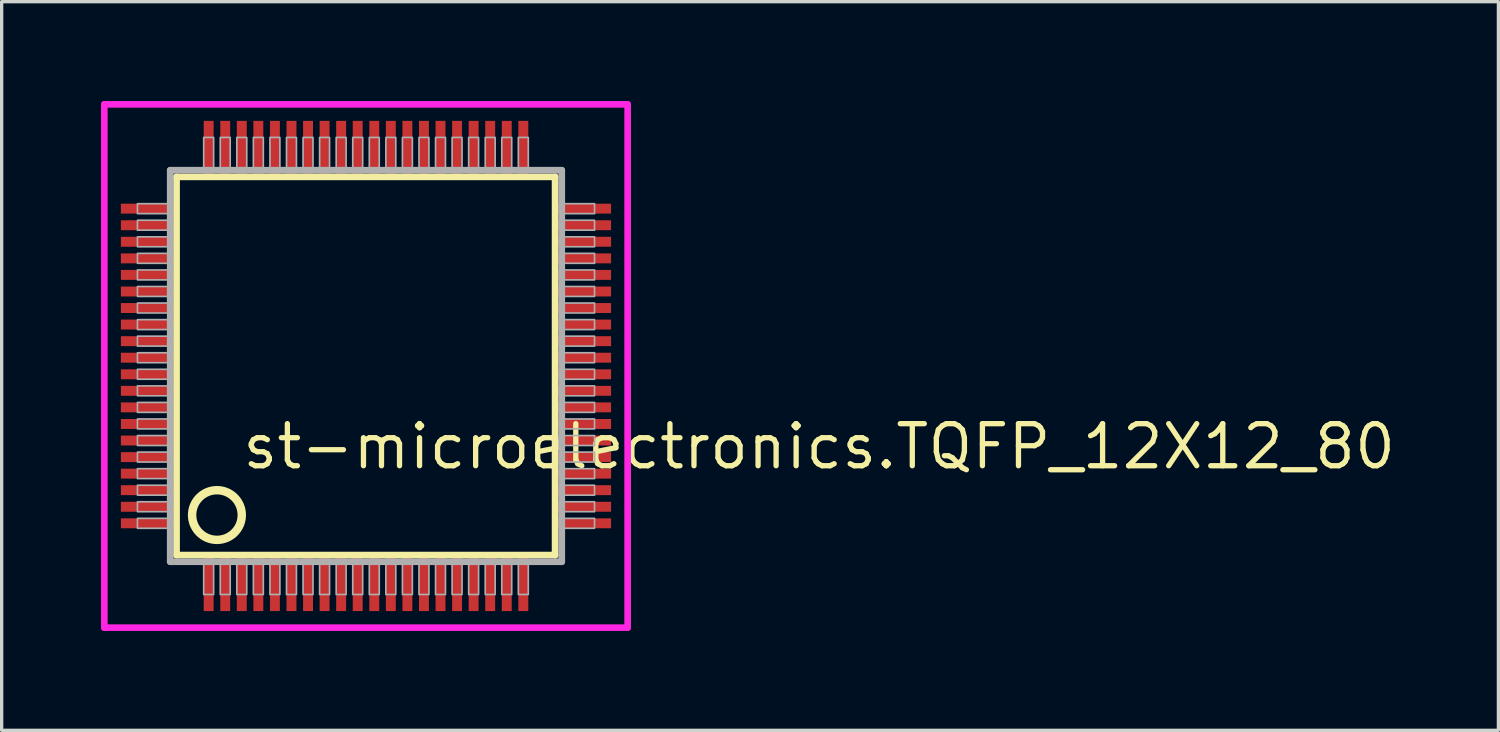
<source format=kicad_pcb>
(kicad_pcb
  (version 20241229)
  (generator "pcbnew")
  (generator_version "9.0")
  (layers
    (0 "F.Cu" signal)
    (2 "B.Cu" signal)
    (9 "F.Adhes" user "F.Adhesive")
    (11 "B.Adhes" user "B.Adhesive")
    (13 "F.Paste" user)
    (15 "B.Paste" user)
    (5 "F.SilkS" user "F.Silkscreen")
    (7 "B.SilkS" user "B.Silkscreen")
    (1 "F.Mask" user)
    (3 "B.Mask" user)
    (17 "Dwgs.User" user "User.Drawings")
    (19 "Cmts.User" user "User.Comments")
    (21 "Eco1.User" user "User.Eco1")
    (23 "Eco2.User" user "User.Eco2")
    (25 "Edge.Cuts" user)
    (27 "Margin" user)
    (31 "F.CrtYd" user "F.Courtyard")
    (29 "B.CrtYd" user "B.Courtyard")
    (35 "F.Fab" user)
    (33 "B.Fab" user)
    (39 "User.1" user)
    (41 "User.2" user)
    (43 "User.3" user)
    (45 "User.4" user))
  (footprint "st-microelectronics.TQFP_12X12_80"
    (layer "F.Cu")
    (at 8 8)
    (property "Reference" "st-microelectronics.TQFP_12X12_80" (at -3.81 3.175 0) (layer "F.SilkS") (effects (font (size 1.27 1.27) (thickness 0.16)) (justify left bottom)))
    (attr smd)
    (fp_line (start -5.72 -5.71) (end 5.71 -5.71) (stroke (width 0.203) (type default)) (layer "F.SilkS"))
    (fp_line (start -5.72 5.71) (end -5.72 -5.71) (stroke (width 0.203) (type default)) (layer "F.SilkS"))
    (fp_line (start 5.71 -5.71) (end 5.71 5.71) (stroke (width 0.203) (type default)) (layer "F.SilkS"))
    (fp_line (start 5.71 5.71) (end -5.72 5.71) (stroke (width 0.203) (type default)) (layer "F.SilkS"))
    (fp_circle (center -4.5 4.5) (end -3.75 4.5) (stroke (width 0.254) (type default)) (fill no) (layer "F.SilkS"))
    (fp_line (start -7.9 -7.9) (end 7.9 -7.9) (stroke (width 0.2) (type default)) (layer "F.CrtYd"))
    (fp_line (start -7.9 7.9) (end -7.9 -7.9) (stroke (width 0.2) (type default)) (layer "F.CrtYd"))
    (fp_line (start 7.9 -7.9) (end 7.9 7.9) (stroke (width 0.2) (type default)) (layer "F.CrtYd"))
    (fp_line (start 7.9 7.9) (end -7.9 7.9) (stroke (width 0.2) (type default)) (layer "F.CrtYd"))
    (fp_line (start -5.91 -5.91) (end -5.91 5.91) (stroke (width 0.203) (type default)) (layer "F.Fab"))
    (fp_line (start -5.91 5.91) (end 5.91 5.91) (stroke (width 0.203) (type default)) (layer "F.Fab"))
    (fp_line (start 5.91 -5.91) (end -5.91 -5.91) (stroke (width 0.203) (type default)) (layer "F.Fab"))
    (fp_line (start 5.91 5.91) (end 5.91 -5.91) (stroke (width 0.203) (type default)) (layer "F.Fab"))
    (fp_rect (start -6.9 -4.6) (end -5.95 -4.9) (stroke (width 0.05) (type default)) (fill no) (layer "F.Fab"))
    (fp_rect (start -6.9 -4.1) (end -5.95 -4.4) (stroke (width 0.05) (type default)) (fill no) (layer "F.Fab"))
    (fp_rect (start -6.9 -3.6) (end -5.95 -3.9) (stroke (width 0.05) (type default)) (fill no) (layer "F.Fab"))
    (fp_rect (start -6.9 -3.1) (end -5.95 -3.4) (stroke (width 0.05) (type default)) (fill no) (layer "F.Fab"))
    (fp_rect (start -6.9 -2.6) (end -5.95 -2.9) (stroke (width 0.05) (type default)) (fill no) (layer "F.Fab"))
    (fp_rect (start -6.9 -2.1) (end -5.95 -2.4) (stroke (width 0.05) (type default)) (fill no) (layer "F.Fab"))
    (fp_rect (start -6.9 -1.6) (end -5.95 -1.9) (stroke (width 0.05) (type default)) (fill no) (layer "F.Fab"))
    (fp_rect (start -6.9 -1.1) (end -5.95 -1.4) (stroke (width 0.05) (type default)) (fill no) (layer "F.Fab"))
    (fp_rect (start -6.9 -0.6) (end -5.95 -0.9) (stroke (width 0.05) (type default)) (fill no) (layer "F.Fab"))
    (fp_rect (start -6.9 -0.1) (end -5.95 -0.4) (stroke (width 0.05) (type default)) (fill no) (layer "F.Fab"))
    (fp_rect (start -6.9 0.4) (end -5.95 0.1) (stroke (width 0.05) (type default)) (fill no) (layer "F.Fab"))
    (fp_rect (start -6.9 0.9) (end -5.95 0.6) (stroke (width 0.05) (type default)) (fill no) (layer "F.Fab"))
    (fp_rect (start -6.9 1.4) (end -5.95 1.1) (stroke (width 0.05) (type default)) (fill no) (layer "F.Fab"))
    (fp_rect (start -6.9 1.9) (end -5.95 1.6) (stroke (width 0.05) (type default)) (fill no) (layer "F.Fab"))
    (fp_rect (start -6.9 2.4) (end -5.95 2.1) (stroke (width 0.05) (type default)) (fill no) (layer "F.Fab"))
    (fp_rect (start -6.9 2.9) (end -5.95 2.6) (stroke (width 0.05) (type default)) (fill no) (layer "F.Fab"))
    (fp_rect (start -6.9 3.4) (end -5.95 3.1) (stroke (width 0.05) (type default)) (fill no) (layer "F.Fab"))
    (fp_rect (start -6.9 3.9) (end -5.95 3.6) (stroke (width 0.05) (type default)) (fill no) (layer "F.Fab"))
    (fp_rect (start -6.9 4.4) (end -5.95 4.1) (stroke (width 0.05) (type default)) (fill no) (layer "F.Fab"))
    (fp_rect (start -6.9 4.9) (end -5.95 4.6) (stroke (width 0.05) (type default)) (fill no) (layer "F.Fab"))
    (fp_rect (start -4.9 -5.95) (end -4.6 -6.9) (stroke (width 0.05) (type default)) (fill no) (layer "F.Fab"))
    (fp_rect (start -4.9 6.9) (end -4.6 5.95) (stroke (width 0.05) (type default)) (fill no) (layer "F.Fab"))
    (fp_rect (start -4.4 -5.95) (end -4.1 -6.9) (stroke (width 0.05) (type default)) (fill no) (layer "F.Fab"))
    (fp_rect (start -4.4 6.9) (end -4.1 5.95) (stroke (width 0.05) (type default)) (fill no) (layer "F.Fab"))
    (fp_rect (start -3.9 -5.95) (end -3.6 -6.9) (stroke (width 0.05) (type default)) (fill no) (layer "F.Fab"))
    (fp_rect (start -3.9 6.9) (end -3.6 5.95) (stroke (width 0.05) (type default)) (fill no) (layer "F.Fab"))
    (fp_rect (start -3.4 -5.95) (end -3.1 -6.9) (stroke (width 0.05) (type default)) (fill no) (layer "F.Fab"))
    (fp_rect (start -3.4 6.9) (end -3.1 5.95) (stroke (width 0.05) (type default)) (fill no) (layer "F.Fab"))
    (fp_rect (start -2.9 -5.95) (end -2.6 -6.9) (stroke (width 0.05) (type default)) (fill no) (layer "F.Fab"))
    (fp_rect (start -2.9 6.9) (end -2.6 5.95) (stroke (width 0.05) (type default)) (fill no) (layer "F.Fab"))
    (fp_rect (start -2.4 -5.95) (end -2.1 -6.9) (stroke (width 0.05) (type default)) (fill no) (layer "F.Fab"))
    (fp_rect (start -2.4 6.9) (end -2.1 5.95) (stroke (width 0.05) (type default)) (fill no) (layer "F.Fab"))
    (fp_rect (start -1.9 -5.95) (end -1.6 -6.9) (stroke (width 0.05) (type default)) (fill no) (layer "F.Fab"))
    (fp_rect (start -1.9 6.9) (end -1.6 5.95) (stroke (width 0.05) (type default)) (fill no) (layer "F.Fab"))
    (fp_rect (start -1.4 -5.95) (end -1.1 -6.9) (stroke (width 0.05) (type default)) (fill no) (layer "F.Fab"))
    (fp_rect (start -1.4 6.9) (end -1.1 5.95) (stroke (width 0.05) (type default)) (fill no) (layer "F.Fab"))
    (fp_rect (start -0.9 -5.95) (end -0.6 -6.9) (stroke (width 0.05) (type default)) (fill no) (layer "F.Fab"))
    (fp_rect (start -0.9 6.9) (end -0.6 5.95) (stroke (width 0.05) (type default)) (fill no) (layer "F.Fab"))
    (fp_rect (start -0.4 -5.95) (end -0.1 -6.9) (stroke (width 0.05) (type default)) (fill no) (layer "F.Fab"))
    (fp_rect (start -0.4 6.9) (end -0.1 5.95) (stroke (width 0.05) (type default)) (fill no) (layer "F.Fab"))
    (fp_rect (start 0.1 -5.95) (end 0.4 -6.9) (stroke (width 0.05) (type default)) (fill no) (layer "F.Fab"))
    (fp_rect (start 0.1 6.9) (end 0.4 5.95) (stroke (width 0.05) (type default)) (fill no) (layer "F.Fab"))
    (fp_rect (start 0.6 -5.95) (end 0.9 -6.9) (stroke (width 0.05) (type default)) (fill no) (layer "F.Fab"))
    (fp_rect (start 0.6 6.9) (end 0.9 5.95) (stroke (width 0.05) (type default)) (fill no) (layer "F.Fab"))
    (fp_rect (start 1.1 -5.95) (end 1.4 -6.9) (stroke (width 0.05) (type default)) (fill no) (layer "F.Fab"))
    (fp_rect (start 1.1 6.9) (end 1.4 5.95) (stroke (width 0.05) (type default)) (fill no) (layer "F.Fab"))
    (fp_rect (start 1.6 -5.95) (end 1.9 -6.9) (stroke (width 0.05) (type default)) (fill no) (layer "F.Fab"))
    (fp_rect (start 1.6 6.9) (end 1.9 5.95) (stroke (width 0.05) (type default)) (fill no) (layer "F.Fab"))
    (fp_rect (start 2.1 -5.95) (end 2.4 -6.9) (stroke (width 0.05) (type default)) (fill no) (layer "F.Fab"))
    (fp_rect (start 2.1 6.9) (end 2.4 5.95) (stroke (width 0.05) (type default)) (fill no) (layer "F.Fab"))
    (fp_rect (start 2.6 -5.95) (end 2.9 -6.9) (stroke (width 0.05) (type default)) (fill no) (layer "F.Fab"))
    (fp_rect (start 2.6 6.9) (end 2.9 5.95) (stroke (width 0.05) (type default)) (fill no) (layer "F.Fab"))
    (fp_rect (start 3.1 -5.95) (end 3.4 -6.9) (stroke (width 0.05) (type default)) (fill no) (layer "F.Fab"))
    (fp_rect (start 3.1 6.9) (end 3.4 5.95) (stroke (width 0.05) (type default)) (fill no) (layer "F.Fab"))
    (fp_rect (start 3.6 -5.95) (end 3.9 -6.9) (stroke (width 0.05) (type default)) (fill no) (layer "F.Fab"))
    (fp_rect (start 3.6 6.9) (end 3.9 5.95) (stroke (width 0.05) (type default)) (fill no) (layer "F.Fab"))
    (fp_rect (start 4.1 -5.95) (end 4.4 -6.9) (stroke (width 0.05) (type default)) (fill no) (layer "F.Fab"))
    (fp_rect (start 4.1 6.9) (end 4.4 5.95) (stroke (width 0.05) (type default)) (fill no) (layer "F.Fab"))
    (fp_rect (start 4.6 -5.95) (end 4.9 -6.9) (stroke (width 0.05) (type default)) (fill no) (layer "F.Fab"))
    (fp_rect (start 4.6 6.9) (end 4.9 5.95) (stroke (width 0.05) (type default)) (fill no) (layer "F.Fab"))
    (fp_rect (start 5.95 -4.6) (end 6.9 -4.9) (stroke (width 0.05) (type default)) (fill no) (layer "F.Fab"))
    (fp_rect (start 5.95 -4.1) (end 6.9 -4.4) (stroke (width 0.05) (type default)) (fill no) (layer "F.Fab"))
    (fp_rect (start 5.95 -3.6) (end 6.9 -3.9) (stroke (width 0.05) (type default)) (fill no) (layer "F.Fab"))
    (fp_rect (start 5.95 -3.1) (end 6.9 -3.4) (stroke (width 0.05) (type default)) (fill no) (layer "F.Fab"))
    (fp_rect (start 5.95 -2.6) (end 6.9 -2.9) (stroke (width 0.05) (type default)) (fill no) (layer "F.Fab"))
    (fp_rect (start 5.95 -2.1) (end 6.9 -2.4) (stroke (width 0.05) (type default)) (fill no) (layer "F.Fab"))
    (fp_rect (start 5.95 -1.6) (end 6.9 -1.9) (stroke (width 0.05) (type default)) (fill no) (layer "F.Fab"))
    (fp_rect (start 5.95 -1.1) (end 6.9 -1.4) (stroke (width 0.05) (type default)) (fill no) (layer "F.Fab"))
    (fp_rect (start 5.95 -0.6) (end 6.9 -0.9) (stroke (width 0.05) (type default)) (fill no) (layer "F.Fab"))
    (fp_rect (start 5.95 -0.1) (end 6.9 -0.4) (stroke (width 0.05) (type default)) (fill no) (layer "F.Fab"))
    (fp_rect (start 5.95 0.4) (end 6.9 0.1) (stroke (width 0.05) (type default)) (fill no) (layer "F.Fab"))
    (fp_rect (start 5.95 0.9) (end 6.9 0.6) (stroke (width 0.05) (type default)) (fill no) (layer "F.Fab"))
    (fp_rect (start 5.95 1.4) (end 6.9 1.1) (stroke (width 0.05) (type default)) (fill no) (layer "F.Fab"))
    (fp_rect (start 5.95 1.9) (end 6.9 1.6) (stroke (width 0.05) (type default)) (fill no) (layer "F.Fab"))
    (fp_rect (start 5.95 2.4) (end 6.9 2.1) (stroke (width 0.05) (type default)) (fill no) (layer "F.Fab"))
    (fp_rect (start 5.95 2.9) (end 6.9 2.6) (stroke (width 0.05) (type default)) (fill no) (layer "F.Fab"))
    (fp_rect (start 5.95 3.4) (end 6.9 3.1) (stroke (width 0.05) (type default)) (fill no) (layer "F.Fab"))
    (fp_rect (start 5.95 3.9) (end 6.9 3.6) (stroke (width 0.05) (type default)) (fill no) (layer "F.Fab"))
    (fp_rect (start 5.95 4.4) (end 6.9 4.1) (stroke (width 0.05) (type default)) (fill no) (layer "F.Fab"))
    (fp_rect (start 5.95 4.9) (end 6.9 4.6) (stroke (width 0.05) (type default)) (fill no) (layer "F.Fab"))
    (pad "1" smd roundrect (at -4.75 6.6) (size 0.3 1.6) (layers "F.Cu" "F.Mask" "F.Paste") (roundrect_rratio 0.01))
    (pad "2" smd roundrect (at -4.25 6.6) (size 0.3 1.6) (layers "F.Cu" "F.Mask" "F.Paste") (roundrect_rratio 0.01))
    (pad "3" smd roundrect (at -3.75 6.6) (size 0.3 1.6) (layers "F.Cu" "F.Mask" "F.Paste") (roundrect_rratio 0.01))
    (pad "4" smd roundrect (at -3.25 6.6) (size 0.3 1.6) (layers "F.Cu" "F.Mask" "F.Paste") (roundrect_rratio 0.01))
    (pad "5" smd roundrect (at -2.75 6.6) (size 0.3 1.6) (layers "F.Cu" "F.Mask" "F.Paste") (roundrect_rratio 0.01))
    (pad "6" smd roundrect (at -2.25 6.6) (size 0.3 1.6) (layers "F.Cu" "F.Mask" "F.Paste") (roundrect_rratio 0.01))
    (pad "7" smd roundrect (at -1.75 6.6) (size 0.3 1.6) (layers "F.Cu" "F.Mask" "F.Paste") (roundrect_rratio 0.01))
    (pad "8" smd roundrect (at -1.25 6.6) (size 0.3 1.6) (layers "F.Cu" "F.Mask" "F.Paste") (roundrect_rratio 0.01))
    (pad "9" smd roundrect (at -0.75 6.6) (size 0.3 1.6) (layers "F.Cu" "F.Mask" "F.Paste") (roundrect_rratio 0.01))
    (pad "10" smd roundrect (at -0.25 6.6) (size 0.3 1.6) (layers "F.Cu" "F.Mask" "F.Paste") (roundrect_rratio 0.01))
    (pad "11" smd roundrect (at 0.25 6.6) (size 0.3 1.6) (layers "F.Cu" "F.Mask" "F.Paste") (roundrect_rratio 0.01))
    (pad "12" smd roundrect (at 0.75 6.6) (size 0.3 1.6) (layers "F.Cu" "F.Mask" "F.Paste") (roundrect_rratio 0.01))
    (pad "13" smd roundrect (at 1.25 6.6) (size 0.3 1.6) (layers "F.Cu" "F.Mask" "F.Paste") (roundrect_rratio 0.01))
    (pad "14" smd roundrect (at 1.75 6.6) (size 0.3 1.6) (layers "F.Cu" "F.Mask" "F.Paste") (roundrect_rratio 0.01))
    (pad "15" smd roundrect (at 2.25 6.6) (size 0.3 1.6) (layers "F.Cu" "F.Mask" "F.Paste") (roundrect_rratio 0.01))
    (pad "16" smd roundrect (at 2.75 6.6) (size 0.3 1.6) (layers "F.Cu" "F.Mask" "F.Paste") (roundrect_rratio 0.01))
    (pad "17" smd roundrect (at 3.25 6.6) (size 0.3 1.6) (layers "F.Cu" "F.Mask" "F.Paste") (roundrect_rratio 0.01))
    (pad "18" smd roundrect (at 3.75 6.6) (size 0.3 1.6) (layers "F.Cu" "F.Mask" "F.Paste") (roundrect_rratio 0.01))
    (pad "19" smd roundrect (at 4.25 6.6) (size 0.3 1.6) (layers "F.Cu" "F.Mask" "F.Paste") (roundrect_rratio 0.01))
    (pad "20" smd roundrect (at 4.75 6.6) (size 0.3 1.6) (layers "F.Cu" "F.Mask" "F.Paste") (roundrect_rratio 0.01))
    (pad "21" smd roundrect (at 6.6 4.75) (size 1.6 0.3) (layers "F.Cu" "F.Mask" "F.Paste") (roundrect_rratio 0.01))
    (pad "22" smd roundrect (at 6.6 4.25) (size 1.6 0.3) (layers "F.Cu" "F.Mask" "F.Paste") (roundrect_rratio 0.01))
    (pad "23" smd roundrect (at 6.6 3.75) (size 1.6 0.3) (layers "F.Cu" "F.Mask" "F.Paste") (roundrect_rratio 0.01))
    (pad "24" smd roundrect (at 6.6 3.25) (size 1.6 0.3) (layers "F.Cu" "F.Mask" "F.Paste") (roundrect_rratio 0.01))
    (pad "25" smd roundrect (at 6.6 2.75) (size 1.6 0.3) (layers "F.Cu" "F.Mask" "F.Paste") (roundrect_rratio 0.01))
    (pad "26" smd roundrect (at 6.6 2.25) (size 1.6 0.3) (layers "F.Cu" "F.Mask" "F.Paste") (roundrect_rratio 0.01))
    (pad "27" smd roundrect (at 6.6 1.75) (size 1.6 0.3) (layers "F.Cu" "F.Mask" "F.Paste") (roundrect_rratio 0.01))
    (pad "28" smd roundrect (at 6.6 1.25) (size 1.6 0.3) (layers "F.Cu" "F.Mask" "F.Paste") (roundrect_rratio 0.01))
    (pad "29" smd roundrect (at 6.6 0.75) (size 1.6 0.3) (layers "F.Cu" "F.Mask" "F.Paste") (roundrect_rratio 0.01))
    (pad "30" smd roundrect (at 6.6 0.25) (size 1.6 0.3) (layers "F.Cu" "F.Mask" "F.Paste") (roundrect_rratio 0.01))
    (pad "31" smd roundrect (at 6.6 -0.25) (size 1.6 0.3) (layers "F.Cu" "F.Mask" "F.Paste") (roundrect_rratio 0.01))
    (pad "32" smd roundrect (at 6.6 -0.75) (size 1.6 0.3) (layers "F.Cu" "F.Mask" "F.Paste") (roundrect_rratio 0.01))
    (pad "33" smd roundrect (at 6.6 -1.25) (size 1.6 0.3) (layers "F.Cu" "F.Mask" "F.Paste") (roundrect_rratio 0.01))
    (pad "34" smd roundrect (at 6.6 -1.75) (size 1.6 0.3) (layers "F.Cu" "F.Mask" "F.Paste") (roundrect_rratio 0.01))
    (pad "35" smd roundrect (at 6.6 -2.25) (size 1.6 0.3) (layers "F.Cu" "F.Mask" "F.Paste") (roundrect_rratio 0.01))
    (pad "36" smd roundrect (at 6.6 -2.75) (size 1.6 0.3) (layers "F.Cu" "F.Mask" "F.Paste") (roundrect_rratio 0.01))
    (pad "37" smd roundrect (at 6.6 -3.25) (size 1.6 0.3) (layers "F.Cu" "F.Mask" "F.Paste") (roundrect_rratio 0.01))
    (pad "38" smd roundrect (at 6.6 -3.75) (size 1.6 0.3) (layers "F.Cu" "F.Mask" "F.Paste") (roundrect_rratio 0.01))
    (pad "39" smd roundrect (at 6.6 -4.25) (size 1.6 0.3) (layers "F.Cu" "F.Mask" "F.Paste") (roundrect_rratio 0.01))
    (pad "40" smd roundrect (at 6.6 -4.75) (size 1.6 0.3) (layers "F.Cu" "F.Mask" "F.Paste") (roundrect_rratio 0.01))
    (pad "41" smd roundrect (at 4.75 -6.6) (size 0.3 1.6) (layers "F.Cu" "F.Mask" "F.Paste") (roundrect_rratio 0.01))
    (pad "42" smd roundrect (at 4.25 -6.6) (size 0.3 1.6) (layers "F.Cu" "F.Mask" "F.Paste") (roundrect_rratio 0.01))
    (pad "43" smd roundrect (at 3.75 -6.6) (size 0.3 1.6) (layers "F.Cu" "F.Mask" "F.Paste") (roundrect_rratio 0.01))
    (pad "44" smd roundrect (at 3.25 -6.6) (size 0.3 1.6) (layers "F.Cu" "F.Mask" "F.Paste") (roundrect_rratio 0.01))
    (pad "45" smd roundrect (at 2.75 -6.6) (size 0.3 1.6) (layers "F.Cu" "F.Mask" "F.Paste") (roundrect_rratio 0.01))
    (pad "46" smd roundrect (at 2.25 -6.6) (size 0.3 1.6) (layers "F.Cu" "F.Mask" "F.Paste") (roundrect_rratio 0.01))
    (pad "47" smd roundrect (at 1.75 -6.6) (size 0.3 1.6) (layers "F.Cu" "F.Mask" "F.Paste") (roundrect_rratio 0.01))
    (pad "48" smd roundrect (at 1.25 -6.6) (size 0.3 1.6) (layers "F.Cu" "F.Mask" "F.Paste") (roundrect_rratio 0.01))
    (pad "49" smd roundrect (at 0.75 -6.6) (size 0.3 1.6) (layers "F.Cu" "F.Mask" "F.Paste") (roundrect_rratio 0.01))
    (pad "50" smd roundrect (at 0.25 -6.6) (size 0.3 1.6) (layers "F.Cu" "F.Mask" "F.Paste") (roundrect_rratio 0.01))
    (pad "51" smd roundrect (at -0.25 -6.6) (size 0.3 1.6) (layers "F.Cu" "F.Mask" "F.Paste") (roundrect_rratio 0.01))
    (pad "52" smd roundrect (at -0.75 -6.6) (size 0.3 1.6) (layers "F.Cu" "F.Mask" "F.Paste") (roundrect_rratio 0.01))
    (pad "53" smd roundrect (at -1.25 -6.6) (size 0.3 1.6) (layers "F.Cu" "F.Mask" "F.Paste") (roundrect_rratio 0.01))
    (pad "54" smd roundrect (at -1.75 -6.6) (size 0.3 1.6) (layers "F.Cu" "F.Mask" "F.Paste") (roundrect_rratio 0.01))
    (pad "55" smd roundrect (at -2.25 -6.6) (size 0.3 1.6) (layers "F.Cu" "F.Mask" "F.Paste") (roundrect_rratio 0.01))
    (pad "56" smd roundrect (at -2.75 -6.6) (size 0.3 1.6) (layers "F.Cu" "F.Mask" "F.Paste") (roundrect_rratio 0.01))
    (pad "57" smd roundrect (at -3.25 -6.6) (size 0.3 1.6) (layers "F.Cu" "F.Mask" "F.Paste") (roundrect_rratio 0.01))
    (pad "58" smd roundrect (at -3.75 -6.6) (size 0.3 1.6) (layers "F.Cu" "F.Mask" "F.Paste") (roundrect_rratio 0.01))
    (pad "59" smd roundrect (at -4.25 -6.6) (size 0.3 1.6) (layers "F.Cu" "F.Mask" "F.Paste") (roundrect_rratio 0.01))
    (pad "60" smd roundrect (at -4.75 -6.6) (size 0.3 1.6) (layers "F.Cu" "F.Mask" "F.Paste") (roundrect_rratio 0.01))
    (pad "61" smd roundrect (at -6.6 -4.75) (size 1.6 0.3) (layers "F.Cu" "F.Mask" "F.Paste") (roundrect_rratio 0.01))
    (pad "62" smd roundrect (at -6.6 -4.25) (size 1.6 0.3) (layers "F.Cu" "F.Mask" "F.Paste") (roundrect_rratio 0.01))
    (pad "63" smd roundrect (at -6.6 -3.75) (size 1.6 0.3) (layers "F.Cu" "F.Mask" "F.Paste") (roundrect_rratio 0.01))
    (pad "64" smd roundrect (at -6.6 -3.25) (size 1.6 0.3) (layers "F.Cu" "F.Mask" "F.Paste") (roundrect_rratio 0.01))
    (pad "65" smd roundrect (at -6.6 -2.75) (size 1.6 0.3) (layers "F.Cu" "F.Mask" "F.Paste") (roundrect_rratio 0.01))
    (pad "66" smd roundrect (at -6.6 -2.25) (size 1.6 0.3) (layers "F.Cu" "F.Mask" "F.Paste") (roundrect_rratio 0.01))
    (pad "67" smd roundrect (at -6.6 -1.75) (size 1.6 0.3) (layers "F.Cu" "F.Mask" "F.Paste") (roundrect_rratio 0.01))
    (pad "68" smd roundrect (at -6.6 -1.25) (size 1.6 0.3) (layers "F.Cu" "F.Mask" "F.Paste") (roundrect_rratio 0.01))
    (pad "69" smd roundrect (at -6.6 -0.75) (size 1.6 0.3) (layers "F.Cu" "F.Mask" "F.Paste") (roundrect_rratio 0.01))
    (pad "70" smd roundrect (at -6.6 -0.25) (size 1.6 0.3) (layers "F.Cu" "F.Mask" "F.Paste") (roundrect_rratio 0.01))
    (pad "71" smd roundrect (at -6.6 0.25) (size 1.6 0.3) (layers "F.Cu" "F.Mask" "F.Paste") (roundrect_rratio 0.01))
    (pad "72" smd roundrect (at -6.6 0.75) (size 1.6 0.3) (layers "F.Cu" "F.Mask" "F.Paste") (roundrect_rratio 0.01))
    (pad "73" smd roundrect (at -6.6 1.25) (size 1.6 0.3) (layers "F.Cu" "F.Mask" "F.Paste") (roundrect_rratio 0.01))
    (pad "74" smd roundrect (at -6.6 1.75) (size 1.6 0.3) (layers "F.Cu" "F.Mask" "F.Paste") (roundrect_rratio 0.01))
    (pad "75" smd roundrect (at -6.6 2.25) (size 1.6 0.3) (layers "F.Cu" "F.Mask" "F.Paste") (roundrect_rratio 0.01))
    (pad "76" smd roundrect (at -6.6 2.75) (size 1.6 0.3) (layers "F.Cu" "F.Mask" "F.Paste") (roundrect_rratio 0.01))
    (pad "77" smd roundrect (at -6.6 3.25) (size 1.6 0.3) (layers "F.Cu" "F.Mask" "F.Paste") (roundrect_rratio 0.01))
    (pad "78" smd roundrect (at -6.6 3.75) (size 1.6 0.3) (layers "F.Cu" "F.Mask" "F.Paste") (roundrect_rratio 0.01))
    (pad "79" smd roundrect (at -6.6 4.25) (size 1.6 0.3) (layers "F.Cu" "F.Mask" "F.Paste") (roundrect_rratio 0.01))
    (pad "80" smd roundrect (at -6.6 4.75) (size 1.6 0.3) (layers "F.Cu" "F.Mask" "F.Paste") (roundrect_rratio 0.01)))
  (gr_rect
    (start -3 -3)
    (end 42.19 19)
    (stroke (width 0.1) (type default))
    (fill no)
    (layer "Edge.Cuts")))
</source>
